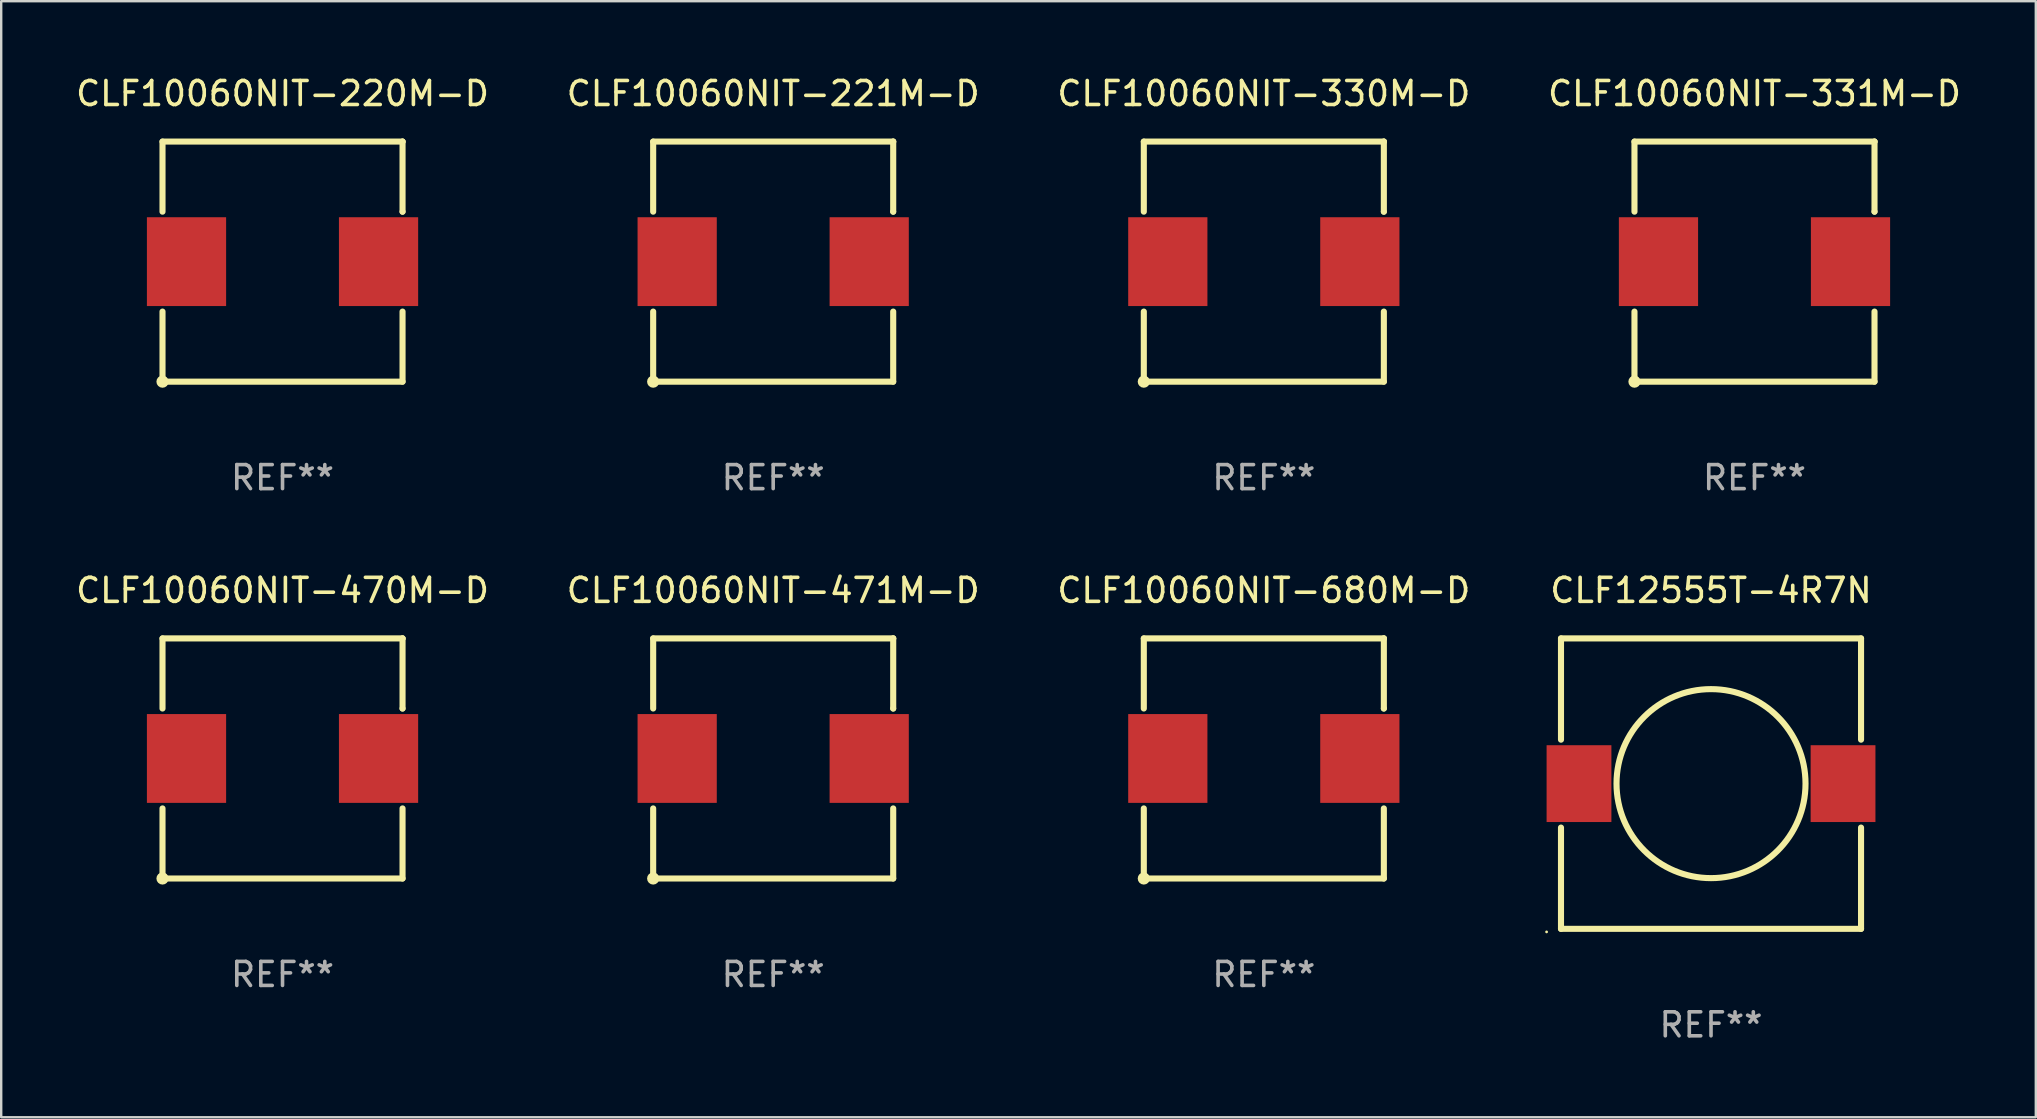
<source format=kicad_pcb>
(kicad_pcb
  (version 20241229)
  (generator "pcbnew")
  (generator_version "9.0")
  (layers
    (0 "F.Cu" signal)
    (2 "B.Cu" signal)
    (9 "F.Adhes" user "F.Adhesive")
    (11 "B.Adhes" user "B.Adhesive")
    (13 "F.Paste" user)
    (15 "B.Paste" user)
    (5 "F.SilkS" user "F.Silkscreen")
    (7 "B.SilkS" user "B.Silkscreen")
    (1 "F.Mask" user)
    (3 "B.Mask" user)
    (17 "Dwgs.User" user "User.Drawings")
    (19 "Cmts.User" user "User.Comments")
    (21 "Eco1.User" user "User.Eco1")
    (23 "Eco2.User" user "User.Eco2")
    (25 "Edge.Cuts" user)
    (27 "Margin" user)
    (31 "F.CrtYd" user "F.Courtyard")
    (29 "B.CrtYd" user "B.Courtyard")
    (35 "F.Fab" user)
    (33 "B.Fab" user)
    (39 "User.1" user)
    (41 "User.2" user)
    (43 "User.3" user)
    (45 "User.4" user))
  (footprint "CLF10060NIT-221M-D"
    (layer "F.Cu")
    (at 29.161 7.849)
    (property "Reference" "CLF10060NIT-221M-D" (at 0 -7.001 0) (layer "F.SilkS") (effects (font (size 1 1) (thickness 0.15))))
    (attr through_hole)
    (fp_line (start -5 -5.001) (end 5 -5.001) (stroke (width 0.254) (type solid)) (layer "F.SilkS"))
    (fp_line (start -5 -2.081) (end -5 -4.999) (stroke (width 0.254) (type solid)) (layer "F.SilkS"))
    (fp_line (start -5 5.001) (end -5 2.082) (stroke (width 0.254) (type solid)) (layer "F.SilkS"))
    (fp_line (start 5 -5.001) (end 5 -4.998) (stroke (width 0.254) (type solid)) (layer "F.SilkS"))
    (fp_line (start 5 -4.998) (end 5 -2.08) (stroke (width 0.254) (type solid)) (layer "F.SilkS"))
    (fp_line (start 5 -2.08) (end 5 -2.08) (stroke (width 0.254) (type solid)) (layer "F.SilkS"))
    (fp_line (start 5 2.082) (end 5 5.001) (stroke (width 0.254) (type solid)) (layer "F.SilkS"))
    (fp_line (start 5 5.001) (end -5 5.001) (stroke (width 0.254) (type solid)) (layer "F.SilkS"))
    (fp_circle (center -5 5.001) (end -4.873 5.001) (stroke (width 0.254) (type solid)) (fill no) (layer "F.SilkS"))
    (fp_text user "REF**" (at 0 9.001 0) (layer "F.Fab") (effects (font (size 1 1) (thickness 0.15))))
    (pad "1" smd rect (at -4 0.001) (size 3.3 3.7) (layers "F.Cu" "F.Mask" "F.Paste"))
    (pad "2" smd rect (at 4 0.001) (size 3.3 3.7) (layers "F.Cu" "F.Mask" "F.Paste")))
  (footprint "CLF10060NIT-220M-D"
    (layer "F.Cu")
    (at 8.72 7.849)
    (property "Reference" "CLF10060NIT-220M-D" (at 0 -7.001 0) (layer "F.SilkS") (effects (font (size 1 1) (thickness 0.15))))
    (attr through_hole)
    (fp_line (start -5 -5.001) (end 5 -5.001) (stroke (width 0.254) (type solid)) (layer "F.SilkS"))
    (fp_line (start -5 -2.081) (end -5 -4.999) (stroke (width 0.254) (type solid)) (layer "F.SilkS"))
    (fp_line (start -5 5.001) (end -5 2.082) (stroke (width 0.254) (type solid)) (layer "F.SilkS"))
    (fp_line (start 5 -5.001) (end 5 -4.998) (stroke (width 0.254) (type solid)) (layer "F.SilkS"))
    (fp_line (start 5 -4.998) (end 5 -2.08) (stroke (width 0.254) (type solid)) (layer "F.SilkS"))
    (fp_line (start 5 -2.08) (end 5 -2.08) (stroke (width 0.254) (type solid)) (layer "F.SilkS"))
    (fp_line (start 5 2.082) (end 5 5.001) (stroke (width 0.254) (type solid)) (layer "F.SilkS"))
    (fp_line (start 5 5.001) (end -5 5.001) (stroke (width 0.254) (type solid)) (layer "F.SilkS"))
    (fp_circle (center -5 5.001) (end -4.873 5.001) (stroke (width 0.254) (type solid)) (fill no) (layer "F.SilkS"))
    (fp_text user "REF**" (at 0 9.001 0) (layer "F.Fab") (effects (font (size 1 1) (thickness 0.15))))
    (pad "1" smd rect (at -4 0.001) (size 3.3 3.7) (layers "F.Cu" "F.Mask" "F.Paste"))
    (pad "2" smd rect (at 4 0.001) (size 3.3 3.7) (layers "F.Cu" "F.Mask" "F.Paste")))
  (footprint "CLF10060NIT-330M-D"
    (layer "F.Cu")
    (at 49.601 7.849)
    (property "Reference" "CLF10060NIT-330M-D" (at 0 -7.001 0) (layer "F.SilkS") (effects (font (size 1 1) (thickness 0.15))))
    (attr through_hole)
    (fp_line (start -5 -5.001) (end 5 -5.001) (stroke (width 0.254) (type solid)) (layer "F.SilkS"))
    (fp_line (start -5 -2.081) (end -5 -4.999) (stroke (width 0.254) (type solid)) (layer "F.SilkS"))
    (fp_line (start -5 5.001) (end -5 2.082) (stroke (width 0.254) (type solid)) (layer "F.SilkS"))
    (fp_line (start 5 -5.001) (end 5 -4.998) (stroke (width 0.254) (type solid)) (layer "F.SilkS"))
    (fp_line (start 5 -4.998) (end 5 -2.08) (stroke (width 0.254) (type solid)) (layer "F.SilkS"))
    (fp_line (start 5 -2.08) (end 5 -2.08) (stroke (width 0.254) (type solid)) (layer "F.SilkS"))
    (fp_line (start 5 2.082) (end 5 5.001) (stroke (width 0.254) (type solid)) (layer "F.SilkS"))
    (fp_line (start 5 5.001) (end -5 5.001) (stroke (width 0.254) (type solid)) (layer "F.SilkS"))
    (fp_circle (center -5 5.001) (end -4.873 5.001) (stroke (width 0.254) (type solid)) (fill no) (layer "F.SilkS"))
    (fp_text user "REF**" (at 0 9.001 0) (layer "F.Fab") (effects (font (size 1 1) (thickness 0.15))))
    (pad "1" smd rect (at -4 0.001) (size 3.3 3.7) (layers "F.Cu" "F.Mask" "F.Paste"))
    (pad "2" smd rect (at 4 0.001) (size 3.3 3.7) (layers "F.Cu" "F.Mask" "F.Paste")))
  (footprint "CLF10060NIT-680M-D"
    (layer "F.Cu")
    (at 49.601 28.547)
    (property "Reference" "CLF10060NIT-680M-D" (at 0 -7.001 0) (layer "F.SilkS") (effects (font (size 1 1) (thickness 0.15))))
    (attr through_hole)
    (fp_line (start -5 -5.001) (end 5 -5.001) (stroke (width 0.254) (type solid)) (layer "F.SilkS"))
    (fp_line (start -5 -2.081) (end -5 -4.999) (stroke (width 0.254) (type solid)) (layer "F.SilkS"))
    (fp_line (start -5 5.001) (end -5 2.082) (stroke (width 0.254) (type solid)) (layer "F.SilkS"))
    (fp_line (start 5 -5.001) (end 5 -4.998) (stroke (width 0.254) (type solid)) (layer "F.SilkS"))
    (fp_line (start 5 -4.998) (end 5 -2.08) (stroke (width 0.254) (type solid)) (layer "F.SilkS"))
    (fp_line (start 5 -2.08) (end 5 -2.08) (stroke (width 0.254) (type solid)) (layer "F.SilkS"))
    (fp_line (start 5 2.082) (end 5 5.001) (stroke (width 0.254) (type solid)) (layer "F.SilkS"))
    (fp_line (start 5 5.001) (end -5 5.001) (stroke (width 0.254) (type solid)) (layer "F.SilkS"))
    (fp_circle (center -5 5.001) (end -4.873 5.001) (stroke (width 0.254) (type solid)) (fill no) (layer "F.SilkS"))
    (fp_text user "REF**" (at 0 9.001 0) (layer "F.Fab") (effects (font (size 1 1) (thickness 0.15))))
    (pad "1" smd rect (at -4 0.001) (size 3.3 3.7) (layers "F.Cu" "F.Mask" "F.Paste"))
    (pad "2" smd rect (at 4 0.001) (size 3.3 3.7) (layers "F.Cu" "F.Mask" "F.Paste")))
  (footprint "CLF10060NIT-470M-D"
    (layer "F.Cu")
    (at 8.72 28.547)
    (property "Reference" "CLF10060NIT-470M-D" (at 0 -7.001 0) (layer "F.SilkS") (effects (font (size 1 1) (thickness 0.15))))
    (attr through_hole)
    (fp_line (start -5 -5.001) (end 5 -5.001) (stroke (width 0.254) (type solid)) (layer "F.SilkS"))
    (fp_line (start -5 -2.081) (end -5 -4.999) (stroke (width 0.254) (type solid)) (layer "F.SilkS"))
    (fp_line (start -5 5.001) (end -5 2.082) (stroke (width 0.254) (type solid)) (layer "F.SilkS"))
    (fp_line (start 5 -5.001) (end 5 -4.998) (stroke (width 0.254) (type solid)) (layer "F.SilkS"))
    (fp_line (start 5 -4.998) (end 5 -2.08) (stroke (width 0.254) (type solid)) (layer "F.SilkS"))
    (fp_line (start 5 -2.08) (end 5 -2.08) (stroke (width 0.254) (type solid)) (layer "F.SilkS"))
    (fp_line (start 5 2.082) (end 5 5.001) (stroke (width 0.254) (type solid)) (layer "F.SilkS"))
    (fp_line (start 5 5.001) (end -5 5.001) (stroke (width 0.254) (type solid)) (layer "F.SilkS"))
    (fp_circle (center -5 5.001) (end -4.873 5.001) (stroke (width 0.254) (type solid)) (fill no) (layer "F.SilkS"))
    (fp_text user "REF**" (at 0 9.001 0) (layer "F.Fab") (effects (font (size 1 1) (thickness 0.15))))
    (pad "1" smd rect (at -4 0.001) (size 3.3 3.7) (layers "F.Cu" "F.Mask" "F.Paste"))
    (pad "2" smd rect (at 4 0.001) (size 3.3 3.7) (layers "F.Cu" "F.Mask" "F.Paste")))
  (footprint "CLF10060NIT-331M-D"
    (layer "F.Cu")
    (at 70.042 7.849)
    (property "Reference" "CLF10060NIT-331M-D" (at 0 -7.001 0) (layer "F.SilkS") (effects (font (size 1 1) (thickness 0.15))))
    (attr through_hole)
    (fp_line (start -5 -5.001) (end 5 -5.001) (stroke (width 0.254) (type solid)) (layer "F.SilkS"))
    (fp_line (start -5 -2.081) (end -5 -4.999) (stroke (width 0.254) (type solid)) (layer "F.SilkS"))
    (fp_line (start -5 5.001) (end -5 2.082) (stroke (width 0.254) (type solid)) (layer "F.SilkS"))
    (fp_line (start 5 -5.001) (end 5 -4.998) (stroke (width 0.254) (type solid)) (layer "F.SilkS"))
    (fp_line (start 5 -4.998) (end 5 -2.08) (stroke (width 0.254) (type solid)) (layer "F.SilkS"))
    (fp_line (start 5 -2.08) (end 5 -2.08) (stroke (width 0.254) (type solid)) (layer "F.SilkS"))
    (fp_line (start 5 2.082) (end 5 5.001) (stroke (width 0.254) (type solid)) (layer "F.SilkS"))
    (fp_line (start 5 5.001) (end -5 5.001) (stroke (width 0.254) (type solid)) (layer "F.SilkS"))
    (fp_circle (center -5 5.001) (end -4.873 5.001) (stroke (width 0.254) (type solid)) (fill no) (layer "F.SilkS"))
    (fp_text user "REF**" (at 0 9.001 0) (layer "F.Fab") (effects (font (size 1 1) (thickness 0.15))))
    (pad "1" smd rect (at -4 0.001) (size 3.3 3.7) (layers "F.Cu" "F.Mask" "F.Paste"))
    (pad "2" smd rect (at 4 0.001) (size 3.3 3.7) (layers "F.Cu" "F.Mask" "F.Paste")))
  (footprint "CLF12555T-4R7N"
    (layer "F.Cu")
    (at 68.231 29.596)
    (property "Reference" "CLF12555T-4R7N" (at 0 -8.05 0) (layer "F.SilkS") (effects (font (size 1 1) (thickness 0.15))))
    (attr through_hole)
    (fp_line (start -6.25 -6.05) (end -6.25 -1.831) (stroke (width 0.254) (type solid)) (layer "F.SilkS"))
    (fp_line (start -6.25 1.831) (end -6.25 6.05) (stroke (width 0.254) (type solid)) (layer "F.SilkS"))
    (fp_line (start 6.25 -6.05) (end -6.25 -6.05) (stroke (width 0.254) (type solid)) (layer "F.SilkS"))
    (fp_line (start 6.25 -6.05) (end 6.25 -1.831) (stroke (width 0.254) (type solid)) (layer "F.SilkS"))
    (fp_line (start 6.25 1.831) (end 6.25 6.05) (stroke (width 0.254) (type solid)) (layer "F.SilkS"))
    (fp_line (start 6.25 6.05) (end -6.25 6.05) (stroke (width 0.254) (type solid)) (layer "F.SilkS"))
    (fp_circle (center -6.85 6.177) (end -6.82 6.177) (stroke (width 0.06) (type solid)) (fill no) (layer "F.SilkS"))
    (fp_circle (center 0.000013 0) (end 3.937 0) (stroke (width 0.254) (type solid)) (fill no) (layer "F.SilkS"))
    (fp_text user "REF**" (at 0 10.05 0) (layer "F.Fab") (effects (font (size 1 1) (thickness 0.15))))
    (pad "1" smd rect (at -5.5 0) (size 2.7 3.2) (layers "F.Cu" "F.Mask" "F.Paste"))
    (pad "2" smd rect (at 5.5 0) (size 2.7 3.2) (layers "F.Cu" "F.Mask" "F.Paste")))
  (footprint "CLF10060NIT-471M-D"
    (layer "F.Cu")
    (at 29.161 28.547)
    (property "Reference" "CLF10060NIT-471M-D" (at 0 -7.001 0) (layer "F.SilkS") (effects (font (size 1 1) (thickness 0.15))))
    (attr through_hole)
    (fp_line (start -5 -5.001) (end 5 -5.001) (stroke (width 0.254) (type solid)) (layer "F.SilkS"))
    (fp_line (start -5 -2.081) (end -5 -4.999) (stroke (width 0.254) (type solid)) (layer "F.SilkS"))
    (fp_line (start -5 5.001) (end -5 2.082) (stroke (width 0.254) (type solid)) (layer "F.SilkS"))
    (fp_line (start 5 -5.001) (end 5 -4.998) (stroke (width 0.254) (type solid)) (layer "F.SilkS"))
    (fp_line (start 5 -4.998) (end 5 -2.08) (stroke (width 0.254) (type solid)) (layer "F.SilkS"))
    (fp_line (start 5 -2.08) (end 5 -2.08) (stroke (width 0.254) (type solid)) (layer "F.SilkS"))
    (fp_line (start 5 2.082) (end 5 5.001) (stroke (width 0.254) (type solid)) (layer "F.SilkS"))
    (fp_line (start 5 5.001) (end -5 5.001) (stroke (width 0.254) (type solid)) (layer "F.SilkS"))
    (fp_circle (center -5 5.001) (end -4.873 5.001) (stroke (width 0.254) (type solid)) (fill no) (layer "F.SilkS"))
    (fp_text user "REF**" (at 0 9.001 0) (layer "F.Fab") (effects (font (size 1 1) (thickness 0.15))))
    (pad "1" smd rect (at -4 0.001) (size 3.3 3.7) (layers "F.Cu" "F.Mask" "F.Paste"))
    (pad "2" smd rect (at 4 0.001) (size 3.3 3.7) (layers "F.Cu" "F.Mask" "F.Paste")))
  (gr_rect
    (start -3 -3)
    (end 81.762 43.494)
    (stroke (width 0.1) (type default))
    (fill no)
    (layer "Edge.Cuts")))
</source>
